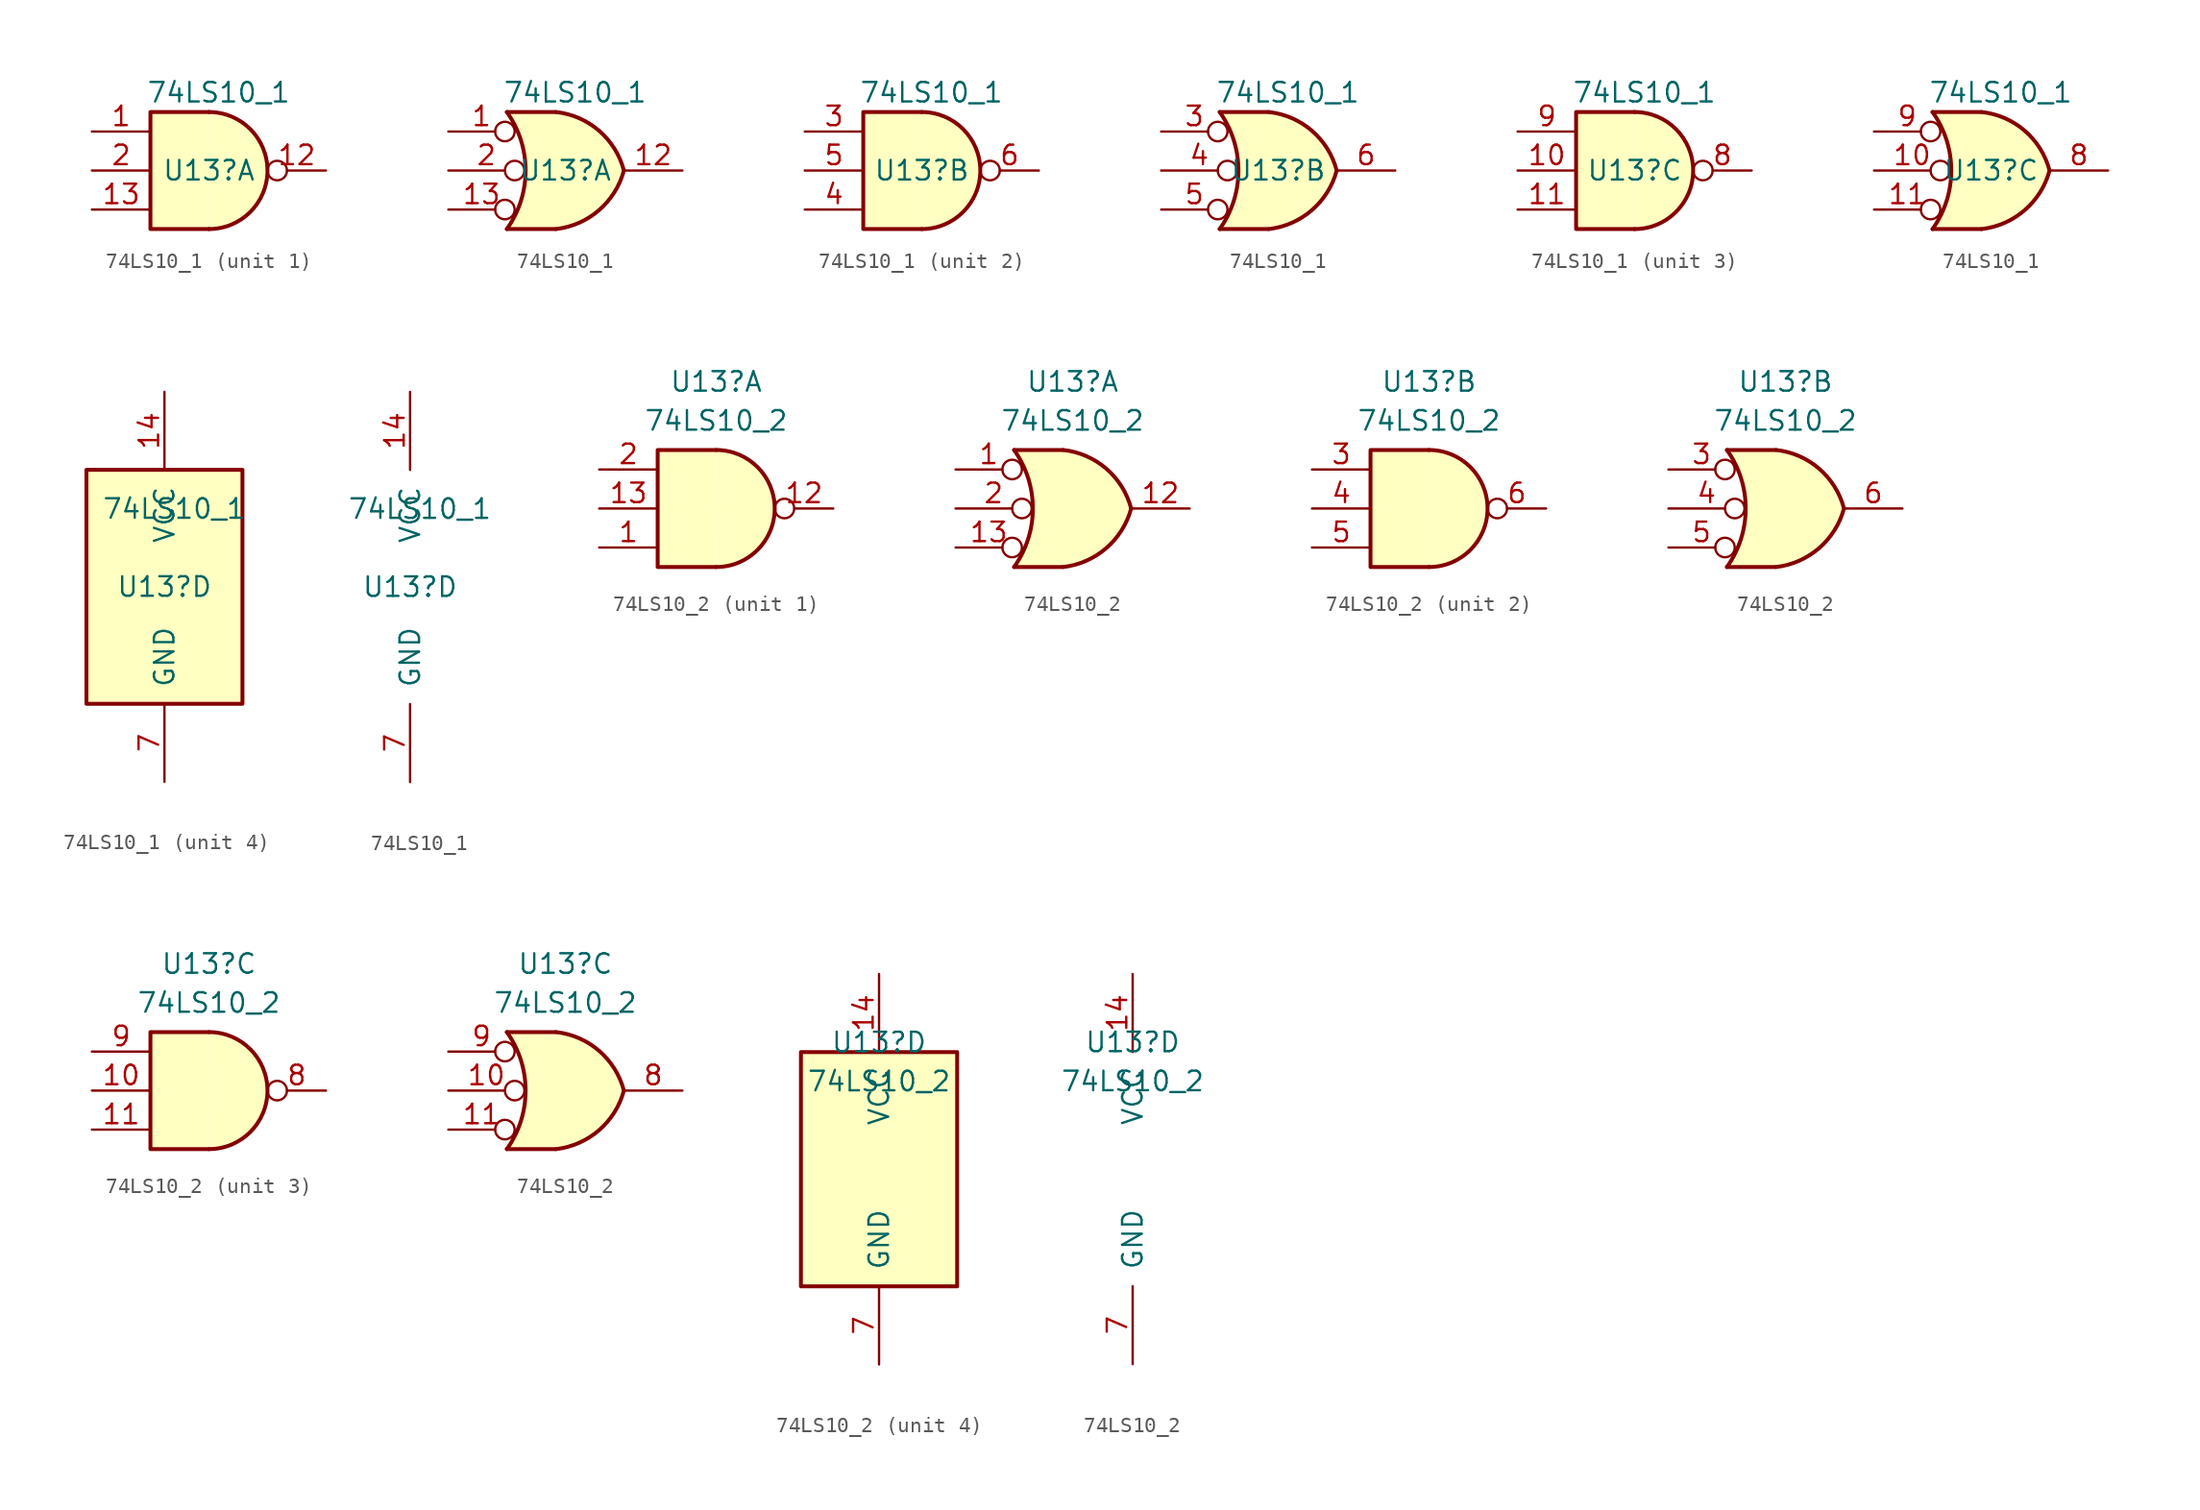
<source format=kicad_sym>
(kicad_symbol_lib
  (version 20220914)
  (generator kicad_symbol_editor)
  (symbol "74LS10_1"
    (pin_names
      (offset 1.016))
    (property "Reference" "U13"
      (at 0 0 0)
      (effects (font (size 1.27 1.27))))
    (property "Value" "74LS10_1"
      (at 0.635 5.08 0)
      (effects (font (size 1.27 1.27))))
    (property "ki_locked" ""
      (at 0 0 0)
      (effects (font (size 1.27 1.27))))
    (symbol "74LS10_1_1_1"
      (arc (start 0 -3.81) (mid 3.7934 0) (end 0 3.81) (stroke (width 0.254) (type default)) (fill (type background)))
      (polyline (pts (xy 0 3.81) (xy -3.81 3.81) (xy -3.81 -3.81) (xy 0 -3.81)) (stroke (width 0.254) (type default)) (fill (type background)))
      (pin input line (at -7.62 2.54 0) (length 3.81) (name "~" (effects (font (size 1.27 1.27)))) (number "1" (effects (font (size 1.27 1.27)))))
      (pin output inverted (at 7.62 0 180) (length 3.81) (name "~" (effects (font (size 1.27 1.27)))) (number "12" (effects (font (size 1.27 1.27)))))
      (pin input line (at -7.62 -2.54 0) (length 3.81) (name "~" (effects (font (size 1.27 1.27)))) (number "13" (effects (font (size 1.27 1.27)))))
      (pin input line (at -7.62 0 0) (length 3.81) (name "~" (effects (font (size 1.27 1.27)))) (number "2" (effects (font (size 1.27 1.27))))))
    (symbol "74LS10_1_1_2"
      (arc (start -3.81 -3.81) (mid -2.589 0) (end -3.81 3.81) (stroke (width 0.254) (type default)) (fill (type none)))
      (arc (start -0.6096 -3.81) (mid 2.1842 -2.5851) (end 3.81 0) (stroke (width 0.254) (type default)) (fill (type background)))
      (polyline (pts (xy -3.81 -3.81) (xy -0.635 -3.81)) (stroke (width 0.254) (type default)) (fill (type background)))
      (polyline (pts (xy -3.81 3.81) (xy -0.635 3.81)) (stroke (width 0.254) (type default)) (fill (type background)))
      (polyline (pts (xy -0.635 3.81) (xy -3.81 3.81) (xy -3.81 3.81) (xy -3.556 3.404) (xy -3.023 2.261) (xy -2.692 1.041) (xy -2.616 -0.254) (xy -2.769 -1.499) (xy -3.175 -2.718) (xy -3.81 -3.81) (xy -3.81 -3.81) (xy -0.635 -3.81)) (stroke (width -25.4) (type default)) (fill (type background)))
      (arc (start 3.81 0) (mid 2.1915 2.5936) (end -0.6096 3.81) (stroke (width 0.254) (type default)) (fill (type background)))
      (pin input inverted (at -7.62 2.54 0) (length 4.318) (name "~" (effects (font (size 1.27 1.27)))) (number "1" (effects (font (size 1.27 1.27)))))
      (pin output line (at 7.62 0 180) (length 3.81) (name "~" (effects (font (size 1.27 1.27)))) (number "12" (effects (font (size 1.27 1.27)))))
      (pin input inverted (at -7.62 -2.54 0) (length 4.318) (name "~" (effects (font (size 1.27 1.27)))) (number "13" (effects (font (size 1.27 1.27)))))
      (pin input inverted (at -7.62 0 0) (length 4.953) (name "~" (effects (font (size 1.27 1.27)))) (number "2" (effects (font (size 1.27 1.27))))))
    (symbol "74LS10_1_2_1"
      (arc (start 0 -3.81) (mid 3.7934 0) (end 0 3.81) (stroke (width 0.254) (type default)) (fill (type background)))
      (polyline (pts (xy 0 3.81) (xy -3.81 3.81) (xy -3.81 -3.81) (xy 0 -3.81)) (stroke (width 0.254) (type default)) (fill (type background)))
      (pin input line (at -7.62 2.54 0) (length 3.81) (name "~" (effects (font (size 1.27 1.27)))) (number "3" (effects (font (size 1.27 1.27)))))
      (pin input line (at -7.62 -2.54 0) (length 3.81) (name "~" (effects (font (size 1.27 1.27)))) (number "4" (effects (font (size 1.27 1.27)))))
      (pin input line (at -7.62 0 0) (length 3.81) (name "~" (effects (font (size 1.27 1.27)))) (number "5" (effects (font (size 1.27 1.27)))))
      (pin output inverted (at 7.62 0 180) (length 3.81) (name "~" (effects (font (size 1.27 1.27)))) (number "6" (effects (font (size 1.27 1.27))))))
    (symbol "74LS10_1_2_2"
      (arc (start -3.81 -3.81) (mid -2.589 0) (end -3.81 3.81) (stroke (width 0.254) (type default)) (fill (type none)))
      (arc (start -0.6096 -3.81) (mid 2.1842 -2.5851) (end 3.81 0) (stroke (width 0.254) (type default)) (fill (type background)))
      (polyline (pts (xy -3.81 -3.81) (xy -0.635 -3.81)) (stroke (width 0.254) (type default)) (fill (type background)))
      (polyline (pts (xy -3.81 3.81) (xy -0.635 3.81)) (stroke (width 0.254) (type default)) (fill (type background)))
      (polyline (pts (xy -0.635 3.81) (xy -3.81 3.81) (xy -3.81 3.81) (xy -3.556 3.404) (xy -3.023 2.261) (xy -2.692 1.041) (xy -2.616 -0.254) (xy -2.769 -1.499) (xy -3.175 -2.718) (xy -3.81 -3.81) (xy -3.81 -3.81) (xy -0.635 -3.81)) (stroke (width -25.4) (type default)) (fill (type background)))
      (arc (start 3.81 0) (mid 2.1915 2.5936) (end -0.6096 3.81) (stroke (width 0.254) (type default)) (fill (type background)))
      (pin input inverted (at -7.62 2.54 0) (length 4.318) (name "~" (effects (font (size 1.27 1.27)))) (number "3" (effects (font (size 1.27 1.27)))))
      (pin input inverted (at -7.62 0 0) (length 4.953) (name "~" (effects (font (size 1.27 1.27)))) (number "4" (effects (font (size 1.27 1.27)))))
      (pin input inverted (at -7.62 -2.54 0) (length 4.318) (name "~" (effects (font (size 1.27 1.27)))) (number "5" (effects (font (size 1.27 1.27)))))
      (pin output line (at 7.62 0 180) (length 3.81) (name "~" (effects (font (size 1.27 1.27)))) (number "6" (effects (font (size 1.27 1.27))))))
    (symbol "74LS10_1_3_1"
      (arc (start 0 -3.81) (mid 3.7934 0) (end 0 3.81) (stroke (width 0.254) (type default)) (fill (type background)))
      (polyline (pts (xy 0 3.81) (xy -3.81 3.81) (xy -3.81 -3.81) (xy 0 -3.81)) (stroke (width 0.254) (type default)) (fill (type background)))
      (pin input line (at -7.62 0 0) (length 3.81) (name "~" (effects (font (size 1.27 1.27)))) (number "10" (effects (font (size 1.27 1.27)))))
      (pin input line (at -7.62 -2.54 0) (length 3.81) (name "~" (effects (font (size 1.27 1.27)))) (number "11" (effects (font (size 1.27 1.27)))))
      (pin output inverted (at 7.62 0 180) (length 3.81) (name "~" (effects (font (size 1.27 1.27)))) (number "8" (effects (font (size 1.27 1.27)))))
      (pin input line (at -7.62 2.54 0) (length 3.81) (name "~" (effects (font (size 1.27 1.27)))) (number "9" (effects (font (size 1.27 1.27))))))
    (symbol "74LS10_1_3_2"
      (arc (start -3.81 -3.81) (mid -2.589 0) (end -3.81 3.81) (stroke (width 0.254) (type default)) (fill (type none)))
      (arc (start -0.6096 -3.81) (mid 2.1842 -2.5851) (end 3.81 0) (stroke (width 0.254) (type default)) (fill (type background)))
      (polyline (pts (xy -3.81 -3.81) (xy -0.635 -3.81)) (stroke (width 0.254) (type default)) (fill (type background)))
      (polyline (pts (xy -3.81 3.81) (xy -0.635 3.81)) (stroke (width 0.254) (type default)) (fill (type background)))
      (polyline (pts (xy -0.635 3.81) (xy -3.81 3.81) (xy -3.81 3.81) (xy -3.556 3.404) (xy -3.023 2.261) (xy -2.692 1.041) (xy -2.616 -0.254) (xy -2.769 -1.499) (xy -3.175 -2.718) (xy -3.81 -3.81) (xy -3.81 -3.81) (xy -0.635 -3.81)) (stroke (width -25.4) (type default)) (fill (type background)))
      (arc (start 3.81 0) (mid 2.1915 2.5936) (end -0.6096 3.81) (stroke (width 0.254) (type default)) (fill (type background)))
      (pin input inverted (at -7.62 0 0) (length 4.953) (name "~" (effects (font (size 1.27 1.27)))) (number "10" (effects (font (size 1.27 1.27)))))
      (pin input inverted (at -7.62 -2.54 0) (length 4.318) (name "~" (effects (font (size 1.27 1.27)))) (number "11" (effects (font (size 1.27 1.27)))))
      (pin output line (at 7.62 0 180) (length 3.81) (name "~" (effects (font (size 1.27 1.27)))) (number "8" (effects (font (size 1.27 1.27)))))
      (pin input inverted (at -7.62 2.54 0) (length 4.318) (name "~" (effects (font (size 1.27 1.27)))) (number "9" (effects (font (size 1.27 1.27))))))
    (symbol "74LS10_1_4_0"
      (pin power_in line (at 0 12.7 270) (length 5.08) (name "VCC" (effects (font (size 1.27 1.27)))) (number "14" (effects (font (size 1.27 1.27)))))
      (pin power_in line (at 0 -12.7 90) (length 5.08) (name "GND" (effects (font (size 1.27 1.27)))) (number "7" (effects (font (size 1.27 1.27))))))
    (symbol "74LS10_1_4_1"
      (rectangle (start -5.08 7.62) (end 5.08 -7.62) (stroke (width 0.254) (type default)) (fill (type background)))))
  (symbol "74LS10_2"
    (pin_names
      (offset 1.016))
    (property "Reference" "U13"
      (at 0 8.255 0)
      (effects (font (size 1.27 1.27))))
    (property "Value" "74LS10_2"
      (at 0 5.715 0)
      (effects (font (size 1.27 1.27))))
    (property "ki_locked" ""
      (at 0 0 0)
      (effects (font (size 1.27 1.27))))
    (symbol "74LS10_2_1_1"
      (arc (start 0 -3.81) (mid 3.7934 0) (end 0 3.81) (stroke (width 0.254) (type default)) (fill (type background)))
      (polyline (pts (xy 0 3.81) (xy -3.81 3.81) (xy -3.81 -3.81) (xy 0 -3.81)) (stroke (width 0.254) (type default)) (fill (type background)))
      (pin input line (at -7.62 -2.54 0) (length 3.81) (name "~" (effects (font (size 1.27 1.27)))) (number "1" (effects (font (size 1.27 1.27)))))
      (pin output inverted (at 7.62 0 180) (length 3.81) (name "~" (effects (font (size 1.27 1.27)))) (number "12" (effects (font (size 1.27 1.27)))))
      (pin input line (at -7.62 0 0) (length 3.81) (name "~" (effects (font (size 1.27 1.27)))) (number "13" (effects (font (size 1.27 1.27)))))
      (pin input line (at -7.62 2.54 0) (length 3.81) (name "~" (effects (font (size 1.27 1.27)))) (number "2" (effects (font (size 1.27 1.27))))))
    (symbol "74LS10_2_1_2"
      (arc (start -3.81 -3.81) (mid -2.589 0) (end -3.81 3.81) (stroke (width 0.254) (type default)) (fill (type none)))
      (arc (start -0.6096 -3.81) (mid 2.1842 -2.5851) (end 3.81 0) (stroke (width 0.254) (type default)) (fill (type background)))
      (polyline (pts (xy -3.81 -3.81) (xy -0.635 -3.81)) (stroke (width 0.254) (type default)) (fill (type background)))
      (polyline (pts (xy -3.81 3.81) (xy -0.635 3.81)) (stroke (width 0.254) (type default)) (fill (type background)))
      (polyline (pts (xy -0.635 3.81) (xy -3.81 3.81) (xy -3.81 3.81) (xy -3.556 3.404) (xy -3.023 2.261) (xy -2.692 1.041) (xy -2.616 -0.254) (xy -2.769 -1.499) (xy -3.175 -2.718) (xy -3.81 -3.81) (xy -3.81 -3.81) (xy -0.635 -3.81)) (stroke (width -25.4) (type default)) (fill (type background)))
      (arc (start 3.81 0) (mid 2.1915 2.5936) (end -0.6096 3.81) (stroke (width 0.254) (type default)) (fill (type background)))
      (pin input inverted (at -7.62 2.54 0) (length 4.318) (name "~" (effects (font (size 1.27 1.27)))) (number "1" (effects (font (size 1.27 1.27)))))
      (pin output line (at 7.62 0 180) (length 3.81) (name "~" (effects (font (size 1.27 1.27)))) (number "12" (effects (font (size 1.27 1.27)))))
      (pin input inverted (at -7.62 -2.54 0) (length 4.318) (name "~" (effects (font (size 1.27 1.27)))) (number "13" (effects (font (size 1.27 1.27)))))
      (pin input inverted (at -7.62 0 0) (length 4.953) (name "~" (effects (font (size 1.27 1.27)))) (number "2" (effects (font (size 1.27 1.27))))))
    (symbol "74LS10_2_2_1"
      (arc (start 0 -3.81) (mid 3.7934 0) (end 0 3.81) (stroke (width 0.254) (type default)) (fill (type background)))
      (polyline (pts (xy 0 3.81) (xy -3.81 3.81) (xy -3.81 -3.81) (xy 0 -3.81)) (stroke (width 0.254) (type default)) (fill (type background)))
      (pin input line (at -7.62 2.54 0) (length 3.81) (name "~" (effects (font (size 1.27 1.27)))) (number "3" (effects (font (size 1.27 1.27)))))
      (pin input line (at -7.62 0 0) (length 3.81) (name "~" (effects (font (size 1.27 1.27)))) (number "4" (effects (font (size 1.27 1.27)))))
      (pin input line (at -7.62 -2.54 0) (length 3.81) (name "~" (effects (font (size 1.27 1.27)))) (number "5" (effects (font (size 1.27 1.27)))))
      (pin output inverted (at 7.62 0 180) (length 3.81) (name "~" (effects (font (size 1.27 1.27)))) (number "6" (effects (font (size 1.27 1.27))))))
    (symbol "74LS10_2_2_2"
      (arc (start -3.81 -3.81) (mid -2.589 0) (end -3.81 3.81) (stroke (width 0.254) (type default)) (fill (type none)))
      (arc (start -0.6096 -3.81) (mid 2.1842 -2.5851) (end 3.81 0) (stroke (width 0.254) (type default)) (fill (type background)))
      (polyline (pts (xy -3.81 -3.81) (xy -0.635 -3.81)) (stroke (width 0.254) (type default)) (fill (type background)))
      (polyline (pts (xy -3.81 3.81) (xy -0.635 3.81)) (stroke (width 0.254) (type default)) (fill (type background)))
      (polyline (pts (xy -0.635 3.81) (xy -3.81 3.81) (xy -3.81 3.81) (xy -3.556 3.404) (xy -3.023 2.261) (xy -2.692 1.041) (xy -2.616 -0.254) (xy -2.769 -1.499) (xy -3.175 -2.718) (xy -3.81 -3.81) (xy -3.81 -3.81) (xy -0.635 -3.81)) (stroke (width -25.4) (type default)) (fill (type background)))
      (arc (start 3.81 0) (mid 2.1915 2.5936) (end -0.6096 3.81) (stroke (width 0.254) (type default)) (fill (type background)))
      (pin input inverted (at -7.62 2.54 0) (length 4.318) (name "~" (effects (font (size 1.27 1.27)))) (number "3" (effects (font (size 1.27 1.27)))))
      (pin input inverted (at -7.62 0 0) (length 4.953) (name "~" (effects (font (size 1.27 1.27)))) (number "4" (effects (font (size 1.27 1.27)))))
      (pin input inverted (at -7.62 -2.54 0) (length 4.318) (name "~" (effects (font (size 1.27 1.27)))) (number "5" (effects (font (size 1.27 1.27)))))
      (pin output line (at 7.62 0 180) (length 3.81) (name "~" (effects (font (size 1.27 1.27)))) (number "6" (effects (font (size 1.27 1.27))))))
    (symbol "74LS10_2_3_1"
      (arc (start 0 -3.81) (mid 3.7934 0) (end 0 3.81) (stroke (width 0.254) (type default)) (fill (type background)))
      (polyline (pts (xy 0 3.81) (xy -3.81 3.81) (xy -3.81 -3.81) (xy 0 -3.81)) (stroke (width 0.254) (type default)) (fill (type background)))
      (pin input line (at -7.62 0 0) (length 3.81) (name "~" (effects (font (size 1.27 1.27)))) (number "10" (effects (font (size 1.27 1.27)))))
      (pin input line (at -7.62 -2.54 0) (length 3.81) (name "~" (effects (font (size 1.27 1.27)))) (number "11" (effects (font (size 1.27 1.27)))))
      (pin output inverted (at 7.62 0 180) (length 3.81) (name "~" (effects (font (size 1.27 1.27)))) (number "8" (effects (font (size 1.27 1.27)))))
      (pin input line (at -7.62 2.54 0) (length 3.81) (name "~" (effects (font (size 1.27 1.27)))) (number "9" (effects (font (size 1.27 1.27))))))
    (symbol "74LS10_2_3_2"
      (arc (start -3.81 -3.81) (mid -2.589 0) (end -3.81 3.81) (stroke (width 0.254) (type default)) (fill (type none)))
      (arc (start -0.6096 -3.81) (mid 2.1842 -2.5851) (end 3.81 0) (stroke (width 0.254) (type default)) (fill (type background)))
      (polyline (pts (xy -3.81 -3.81) (xy -0.635 -3.81)) (stroke (width 0.254) (type default)) (fill (type background)))
      (polyline (pts (xy -3.81 3.81) (xy -0.635 3.81)) (stroke (width 0.254) (type default)) (fill (type background)))
      (polyline (pts (xy -0.635 3.81) (xy -3.81 3.81) (xy -3.81 3.81) (xy -3.556 3.404) (xy -3.023 2.261) (xy -2.692 1.041) (xy -2.616 -0.254) (xy -2.769 -1.499) (xy -3.175 -2.718) (xy -3.81 -3.81) (xy -3.81 -3.81) (xy -0.635 -3.81)) (stroke (width -25.4) (type default)) (fill (type background)))
      (arc (start 3.81 0) (mid 2.1915 2.5936) (end -0.6096 3.81) (stroke (width 0.254) (type default)) (fill (type background)))
      (pin input inverted (at -7.62 0 0) (length 4.953) (name "~" (effects (font (size 1.27 1.27)))) (number "10" (effects (font (size 1.27 1.27)))))
      (pin input inverted (at -7.62 -2.54 0) (length 4.318) (name "~" (effects (font (size 1.27 1.27)))) (number "11" (effects (font (size 1.27 1.27)))))
      (pin output line (at 7.62 0 180) (length 3.81) (name "~" (effects (font (size 1.27 1.27)))) (number "8" (effects (font (size 1.27 1.27)))))
      (pin input inverted (at -7.62 2.54 0) (length 4.318) (name "~" (effects (font (size 1.27 1.27)))) (number "9" (effects (font (size 1.27 1.27))))))
    (symbol "74LS10_2_4_0"
      (pin power_in line (at 0 12.7 270) (length 5.08) (name "VCC" (effects (font (size 1.27 1.27)))) (number "14" (effects (font (size 1.27 1.27)))))
      (pin power_in line (at 0 -12.7 90) (length 5.08) (name "GND" (effects (font (size 1.27 1.27)))) (number "7" (effects (font (size 1.27 1.27))))))
    (symbol "74LS10_2_4_1"
      (rectangle (start -5.08 7.62) (end 5.08 -7.62) (stroke (width 0.254) (type default)) (fill (type background))))))
</source>
